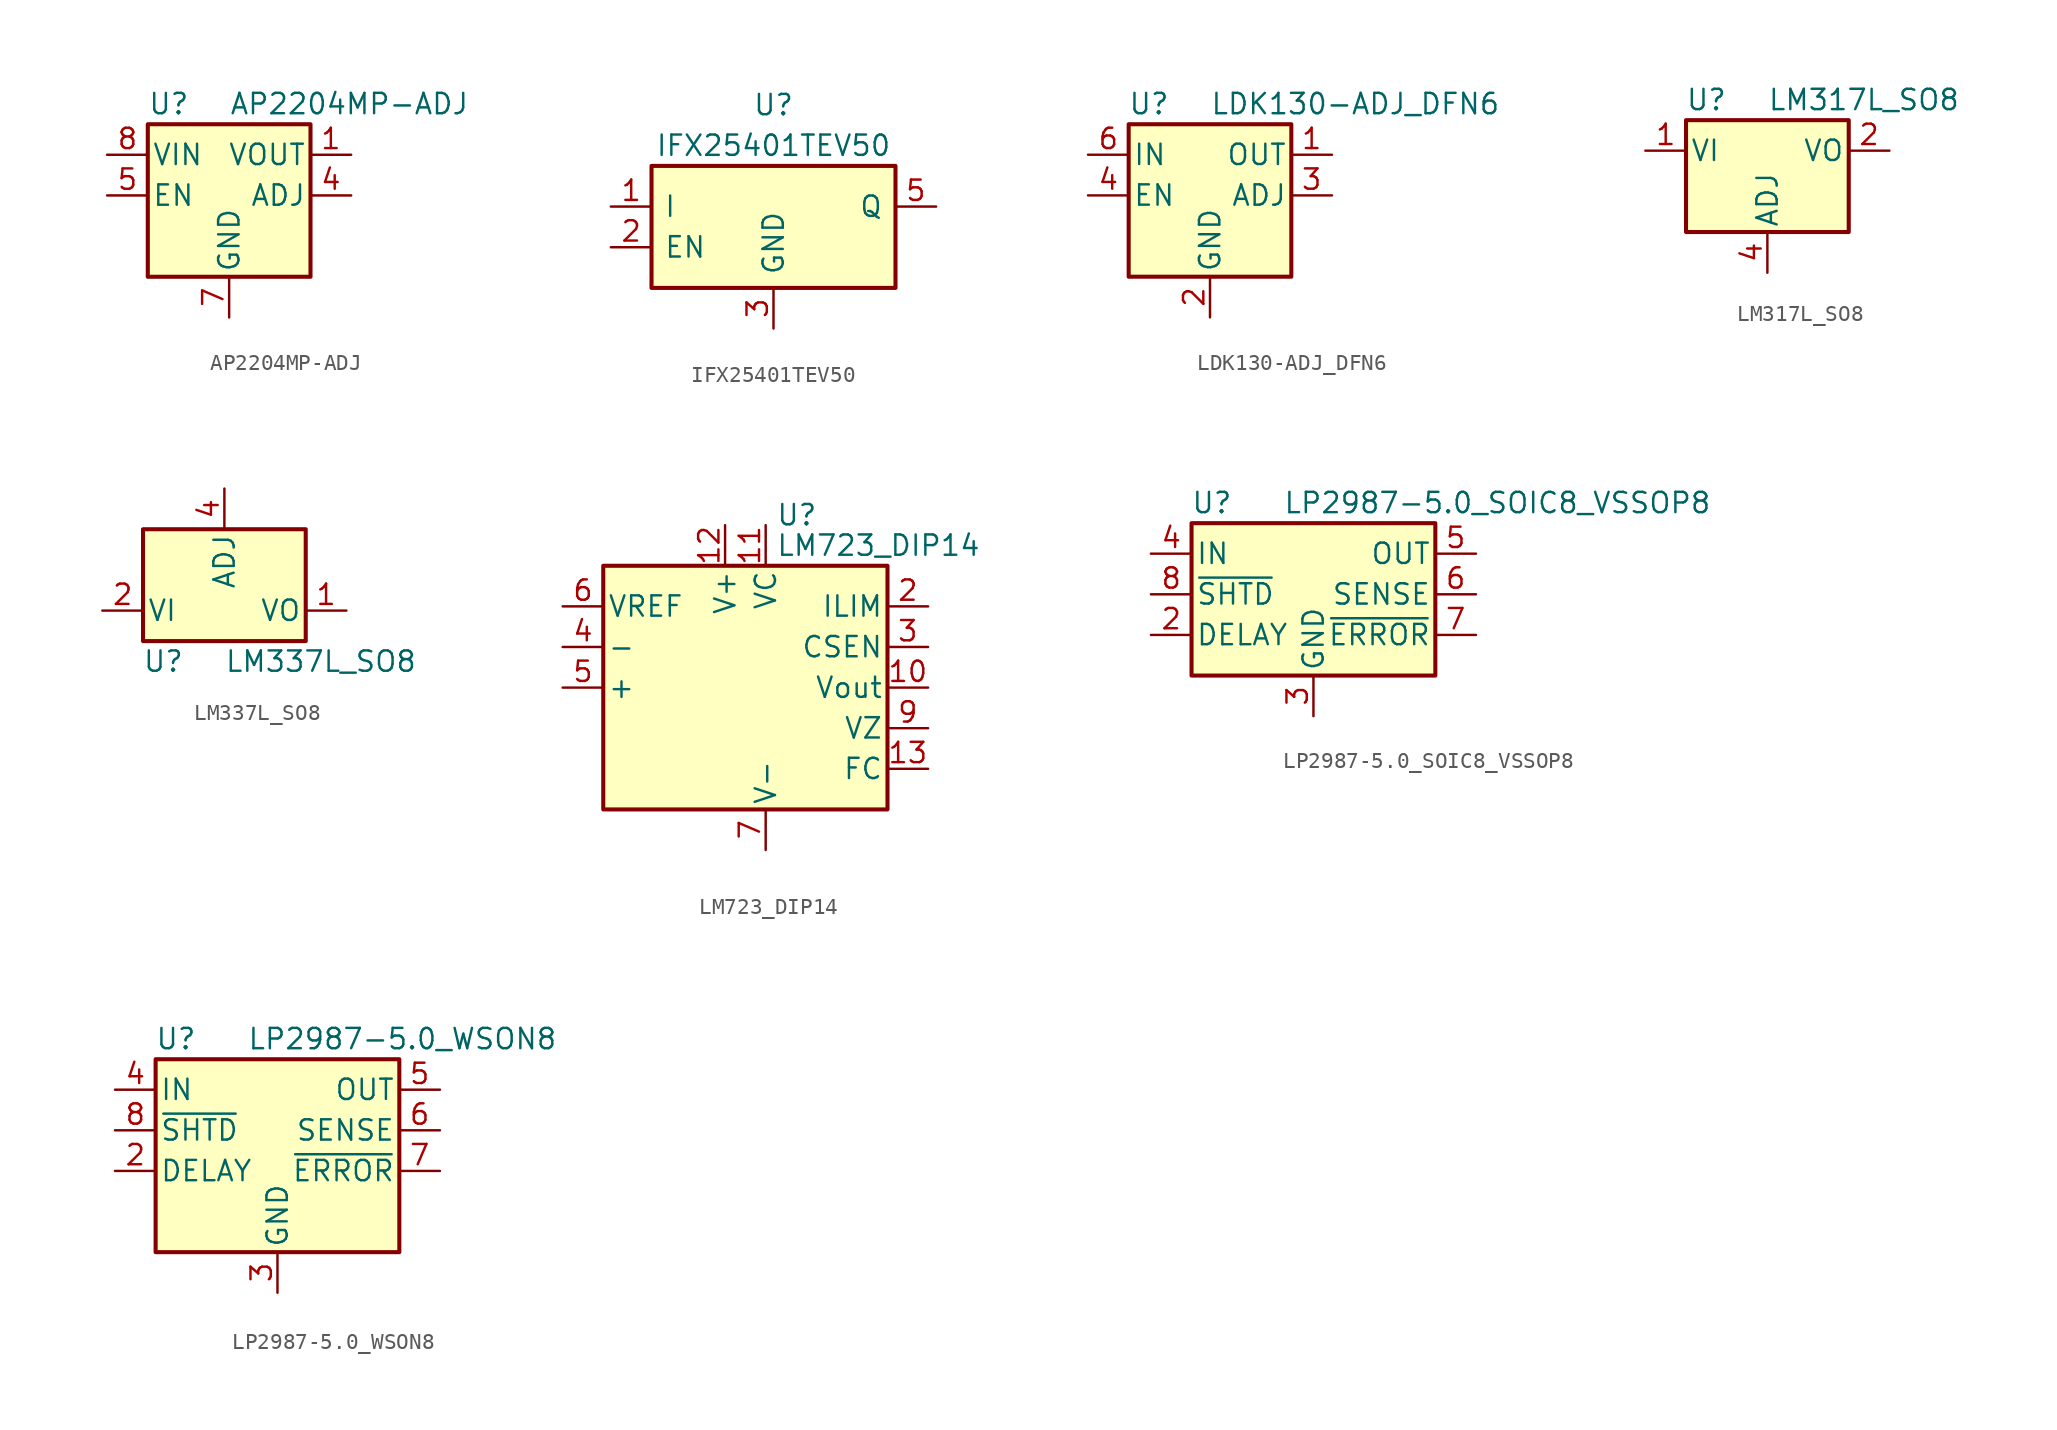
<source format=kicad_sym>
(kicad_symbol_lib
  (version 20211014)
  (generator kicad_symbol_editor)
  (symbol "AP2204MP-ADJ"
    (pin_names
      (offset 0.254))
    (property "Reference" "U"
      (at -5.08 5.715 0)
      (effects (font (size 1.27 1.27)) (justify left)))
    (property "Value" "AP2204MP-ADJ"
      (at 0 5.715 0)
      (effects (font (size 1.27 1.27)) (justify left)))
    (symbol "AP2204MP-ADJ_0_1"
      (rectangle (start -5.08 4.445) (end 5.08 -5.08) (stroke (width 0.254) (type default) (color 0 0 0 0)) (fill (type background))))
    (symbol "AP2204MP-ADJ_1_1"
      (pin power_out line (at 7.62 2.54 180) (length 2.54) (name "VOUT" (effects (font (size 1.27 1.27)))) (number "1" (effects (font (size 1.27 1.27)))))
      (pin no_connect line (at -5.08 -2.54 0) (length 2.54) hide (name "NC" (effects (font (size 1.27 1.27)))) (number "2" (effects (font (size 1.27 1.27)))))
      (pin no_connect line (at -2.54 -5.08 90) (length 2.54) hide (name "NC" (effects (font (size 1.27 1.27)))) (number "3" (effects (font (size 1.27 1.27)))))
      (pin input line (at 7.62 0 180) (length 2.54) (name "ADJ" (effects (font (size 1.27 1.27)))) (number "4" (effects (font (size 1.27 1.27)))))
      (pin input line (at -7.62 0 0) (length 2.54) (name "EN" (effects (font (size 1.27 1.27)))) (number "5" (effects (font (size 1.27 1.27)))))
      (pin no_connect line (at 5.08 -2.54 180) (length 2.54) hide (name "NC" (effects (font (size 1.27 1.27)))) (number "6" (effects (font (size 1.27 1.27)))))
      (pin power_in line (at 0 -7.62 90) (length 2.54) (name "GND" (effects (font (size 1.27 1.27)))) (number "7" (effects (font (size 1.27 1.27)))))
      (pin power_in line (at -7.62 2.54 0) (length 2.54) (name "VIN" (effects (font (size 1.27 1.27)))) (number "8" (effects (font (size 1.27 1.27)))))
      (pin passive line (at 0 -7.62 90) (length 2.54) hide (name "GND" (effects (font (size 1.27 1.27)))) (number "9" (effects (font (size 1.27 1.27)))))))
  (symbol "IFX25401TEV50"
    (pin_names
      (offset 0.762))
    (property "Reference" "U"
      (at 0 6.35 0)
      (effects (font (size 1.27 1.27))))
    (property "Value" "IFX25401TEV50"
      (at 0 3.81 0)
      (effects (font (size 1.27 1.27))))
    (symbol "IFX25401TEV50_0_1"
      (rectangle (start -7.62 2.54) (end 7.62 -5.08) (stroke (width 0.254) (type default) (color 0 0 0 0)) (fill (type background))))
    (symbol "IFX25401TEV50_1_1"
      (pin power_in line (at -10.16 0 0) (length 2.54) (name "I" (effects (font (size 1.27 1.27)))) (number "1" (effects (font (size 1.27 1.27)))))
      (pin input line (at -10.16 -2.54 0) (length 2.54) (name "EN" (effects (font (size 1.27 1.27)))) (number "2" (effects (font (size 1.27 1.27)))))
      (pin power_in line (at 0 -7.62 90) (length 2.54) (name "GND" (effects (font (size 1.27 1.27)))) (number "3" (effects (font (size 1.27 1.27)))))
      (pin no_connect line (at 7.62 -2.54 180) (length 2.54) hide (name "NC" (effects (font (size 1.27 1.27)))) (number "4" (effects (font (size 1.27 1.27)))))
      (pin power_out line (at 10.16 0 180) (length 2.54) (name "Q" (effects (font (size 1.27 1.27)))) (number "5" (effects (font (size 1.27 1.27)))))))
  (symbol "LDK130-ADJ_DFN6"
    (pin_names
      (offset 0.254))
    (property "Reference" "U"
      (at -3.81 5.715 0)
      (effects (font (size 1.27 1.27))))
    (property "Value" "LDK130-ADJ_DFN6"
      (at 0 5.715 0)
      (effects (font (size 1.27 1.27)) (justify left)))
    (symbol "LDK130-ADJ_DFN6_0_1"
      (rectangle (start -5.08 4.445) (end 5.08 -5.08) (stroke (width 0.254) (type default) (color 0 0 0 0)) (fill (type background))))
    (symbol "LDK130-ADJ_DFN6_1_1"
      (pin power_out line (at 7.62 2.54 180) (length 2.54) (name "OUT" (effects (font (size 1.27 1.27)))) (number "1" (effects (font (size 1.27 1.27)))))
      (pin power_in line (at 0 -7.62 90) (length 2.54) (name "GND" (effects (font (size 1.27 1.27)))) (number "2" (effects (font (size 1.27 1.27)))))
      (pin input line (at 7.62 0 180) (length 2.54) (name "ADJ" (effects (font (size 1.27 1.27)))) (number "3" (effects (font (size 1.27 1.27)))))
      (pin input line (at -7.62 0 0) (length 2.54) (name "EN" (effects (font (size 1.27 1.27)))) (number "4" (effects (font (size 1.27 1.27)))))
      (pin no_connect line (at -5.08 -2.54 0) (length 2.54) hide (name "NC" (effects (font (size 1.27 1.27)))) (number "5" (effects (font (size 1.27 1.27)))))
      (pin power_in line (at -7.62 2.54 0) (length 2.54) (name "IN" (effects (font (size 1.27 1.27)))) (number "6" (effects (font (size 1.27 1.27)))))))
  (symbol "LM317L_SO8"
    (pin_names
      (offset 0.254))
    (property "Reference" "U"
      (at -3.81 3.175 0)
      (effects (font (size 1.27 1.27))))
    (property "Value" "LM317L_SO8"
      (at 0 3.175 0)
      (effects (font (size 1.27 1.27)) (justify left)))
    (symbol "LM317L_SO8_0_1"
      (rectangle (start -5.08 1.905) (end 5.08 -5.08) (stroke (width 0.254) (type default) (color 0 0 0 0)) (fill (type background))))
    (symbol "LM317L_SO8_1_1"
      (pin power_in line (at -7.62 0 0) (length 2.54) (name "VI" (effects (font (size 1.27 1.27)))) (number "1" (effects (font (size 1.27 1.27)))))
      (pin power_out line (at 7.62 0 180) (length 2.54) (name "VO" (effects (font (size 1.27 1.27)))) (number "2" (effects (font (size 1.27 1.27)))))
      (pin passive line (at 7.62 0 180) (length 2.54) hide (name "VO" (effects (font (size 1.27 1.27)))) (number "3" (effects (font (size 1.27 1.27)))))
      (pin input line (at 0 -7.62 90) (length 2.54) (name "ADJ" (effects (font (size 1.27 1.27)))) (number "4" (effects (font (size 1.27 1.27)))))
      (pin no_connect line (at -5.08 -2.54 0) (length 2.54) hide (name "NC" (effects (font (size 1.27 1.27)))) (number "5" (effects (font (size 1.27 1.27)))))
      (pin passive line (at 7.62 0 180) (length 2.54) hide (name "VO" (effects (font (size 1.27 1.27)))) (number "6" (effects (font (size 1.27 1.27)))))
      (pin passive line (at 7.62 0 180) (length 2.54) hide (name "VO" (effects (font (size 1.27 1.27)))) (number "7" (effects (font (size 1.27 1.27)))))
      (pin no_connect line (at 5.08 -2.54 180) (length 2.54) hide (name "NC" (effects (font (size 1.27 1.27)))) (number "8" (effects (font (size 1.27 1.27)))))))
  (symbol "LM337L_SO8"
    (pin_names
      (offset 0.254))
    (property "Reference" "U"
      (at -3.81 -3.175 0)
      (effects (font (size 1.27 1.27))))
    (property "Value" "LM337L_SO8"
      (at 0 -3.175 0)
      (effects (font (size 1.27 1.27)) (justify left)))
    (symbol "LM337L_SO8_0_1"
      (rectangle (start -5.08 5.08) (end 5.08 -1.905) (stroke (width 0.254) (type default) (color 0 0 0 0)) (fill (type background))))
    (symbol "LM337L_SO8_1_1"
      (pin power_out line (at 7.62 0 180) (length 2.54) (name "VO" (effects (font (size 1.27 1.27)))) (number "1" (effects (font (size 1.27 1.27)))))
      (pin power_in line (at -7.62 0 0) (length 2.54) (name "VI" (effects (font (size 1.27 1.27)))) (number "2" (effects (font (size 1.27 1.27)))))
      (pin passive line (at -7.62 0 0) (length 2.54) hide (name "VI" (effects (font (size 1.27 1.27)))) (number "3" (effects (font (size 1.27 1.27)))))
      (pin input line (at 0 7.62 270) (length 2.54) (name "ADJ" (effects (font (size 1.27 1.27)))) (number "4" (effects (font (size 1.27 1.27)))))
      (pin no_connect line (at -5.08 2.54 0) (length 2.54) hide (name "NC" (effects (font (size 1.27 1.27)))) (number "5" (effects (font (size 1.27 1.27)))))
      (pin passive line (at -7.62 0 0) (length 2.54) hide (name "VI" (effects (font (size 1.27 1.27)))) (number "6" (effects (font (size 1.27 1.27)))))
      (pin passive line (at -7.62 0 0) (length 2.54) hide (name "VI" (effects (font (size 1.27 1.27)))) (number "7" (effects (font (size 1.27 1.27)))))
      (pin no_connect line (at 5.08 2.54 180) (length 2.54) hide (name "NC" (effects (font (size 1.27 1.27)))) (number "8" (effects (font (size 1.27 1.27)))))))
  (symbol "LM723_DIP14"
    (pin_names
      (offset 0.254))
    (property "Reference" "U"
      (at 0.635 10.795 0)
      (effects (font (size 1.27 1.27)) (justify left)))
    (property "Value" "LM723_DIP14"
      (at 0.635 8.89 0)
      (effects (font (size 1.27 1.27)) (justify left)))
    (symbol "LM723_DIP14_0_1"
      (rectangle (start -10.16 -7.62) (end 7.62 7.62) (stroke (width 0.254) (type default) (color 0 0 0 0)) (fill (type background))))
    (symbol "LM723_DIP14_1_1"
      (pin no_connect line (at -10.16 -5.08 0) (length 2.54) hide (name "NC" (effects (font (size 1.27 1.27)))) (number "1" (effects (font (size 1.27 1.27)))))
      (pin power_out line (at 10.16 0 180) (length 2.54) (name "Vout" (effects (font (size 1.27 1.27)))) (number "10" (effects (font (size 1.27 1.27)))))
      (pin power_in line (at 0 10.16 270) (length 2.54) (name "VC" (effects (font (size 1.27 1.27)))) (number "11" (effects (font (size 1.27 1.27)))))
      (pin power_in line (at -2.54 10.16 270) (length 2.54) (name "V+" (effects (font (size 1.27 1.27)))) (number "12" (effects (font (size 1.27 1.27)))))
      (pin input line (at 10.16 -5.08 180) (length 2.54) (name "FC" (effects (font (size 1.27 1.27)))) (number "13" (effects (font (size 1.27 1.27)))))
      (pin no_connect line (at -2.54 -7.62 90) (length 2.54) hide (name "NC" (effects (font (size 1.27 1.27)))) (number "14" (effects (font (size 1.27 1.27)))))
      (pin input line (at 10.16 5.08 180) (length 2.54) (name "ILIM" (effects (font (size 1.27 1.27)))) (number "2" (effects (font (size 1.27 1.27)))))
      (pin input line (at 10.16 2.54 180) (length 2.54) (name "CSEN" (effects (font (size 1.27 1.27)))) (number "3" (effects (font (size 1.27 1.27)))))
      (pin input line (at -12.7 2.54 0) (length 2.54) (name "-" (effects (font (size 1.27 1.27)))) (number "4" (effects (font (size 1.27 1.27)))))
      (pin input line (at -12.7 0 0) (length 2.54) (name "+" (effects (font (size 1.27 1.27)))) (number "5" (effects (font (size 1.27 1.27)))))
      (pin power_out line (at -12.7 5.08 0) (length 2.54) (name "VREF" (effects (font (size 1.27 1.27)))) (number "6" (effects (font (size 1.27 1.27)))))
      (pin power_in line (at 0 -10.16 90) (length 2.54) (name "V-" (effects (font (size 1.27 1.27)))) (number "7" (effects (font (size 1.27 1.27)))))
      (pin no_connect line (at -10.16 -2.54 0) (length 2.54) hide (name "NC" (effects (font (size 1.27 1.27)))) (number "8" (effects (font (size 1.27 1.27)))))
      (pin input line (at 10.16 -2.54 180) (length 2.54) (name "VZ" (effects (font (size 1.27 1.27)))) (number "9" (effects (font (size 1.27 1.27)))))))
  (symbol "LP2987-5.0_SOIC8_VSSOP8"
    (pin_names
      (offset 0.254))
    (property "Reference" "U"
      (at -6.35 5.715 0)
      (effects (font (size 1.27 1.27))))
    (property "Value" "LP2987-5.0_SOIC8_VSSOP8"
      (at -1.905 5.715 0)
      (effects (font (size 1.27 1.27)) (justify left)))
    (symbol "LP2987-5.0_SOIC8_VSSOP8_0_1"
      (rectangle (start -7.62 4.445) (end 7.62 -5.08) (stroke (width 0.254) (type default) (color 0 0 0 0)) (fill (type background))))
    (symbol "LP2987-5.0_SOIC8_VSSOP8_1_1"
      (pin no_connect line (at -2.54 -5.08 90) (length 2.54) hide (name "NC" (effects (font (size 1.27 1.27)))) (number "1" (effects (font (size 1.27 1.27)))))
      (pin passive line (at -10.16 -2.54 0) (length 2.54) (name "DELAY" (effects (font (size 1.27 1.27)))) (number "2" (effects (font (size 1.27 1.27)))))
      (pin power_in line (at 0 -7.62 90) (length 2.54) (name "GND" (effects (font (size 1.27 1.27)))) (number "3" (effects (font (size 1.27 1.27)))))
      (pin power_in line (at -10.16 2.54 0) (length 2.54) (name "IN" (effects (font (size 1.27 1.27)))) (number "4" (effects (font (size 1.27 1.27)))))
      (pin power_out line (at 10.16 2.54 180) (length 2.54) (name "OUT" (effects (font (size 1.27 1.27)))) (number "5" (effects (font (size 1.27 1.27)))))
      (pin input line (at 10.16 0 180) (length 2.54) (name "SENSE" (effects (font (size 1.27 1.27)))) (number "6" (effects (font (size 1.27 1.27)))))
      (pin output line (at 10.16 -2.54 180) (length 2.54) (name "~{ERROR}" (effects (font (size 1.27 1.27)))) (number "7" (effects (font (size 1.27 1.27)))))
      (pin input line (at -10.16 0 0) (length 2.54) (name "~{SHTD}" (effects (font (size 1.27 1.27)))) (number "8" (effects (font (size 1.27 1.27)))))))
  (symbol "LP2987-5.0_WSON8"
    (pin_names
      (offset 0.254))
    (property "Reference" "U"
      (at -6.35 5.715 0)
      (effects (font (size 1.27 1.27))))
    (property "Value" "LP2987-5.0_WSON8"
      (at -1.905 5.715 0)
      (effects (font (size 1.27 1.27)) (justify left)))
    (symbol "LP2987-5.0_WSON8_0_1"
      (rectangle (start -7.62 4.445) (end 7.62 -7.62) (stroke (width 0.254) (type default) (color 0 0 0 0)) (fill (type background))))
    (symbol "LP2987-5.0_WSON8_1_1"
      (pin no_connect line (at 2.54 -7.62 90) (length 2.54) hide (name "NC" (effects (font (size 1.27 1.27)))) (number "1" (effects (font (size 1.27 1.27)))))
      (pin passive line (at -10.16 -2.54 0) (length 2.54) (name "DELAY" (effects (font (size 1.27 1.27)))) (number "2" (effects (font (size 1.27 1.27)))))
      (pin power_in line (at 0 -10.16 90) (length 2.54) (name "GND" (effects (font (size 1.27 1.27)))) (number "3" (effects (font (size 1.27 1.27)))))
      (pin power_in line (at -10.16 2.54 0) (length 2.54) (name "IN" (effects (font (size 1.27 1.27)))) (number "4" (effects (font (size 1.27 1.27)))))
      (pin power_out line (at 10.16 2.54 180) (length 2.54) (name "OUT" (effects (font (size 1.27 1.27)))) (number "5" (effects (font (size 1.27 1.27)))))
      (pin input line (at 10.16 0 180) (length 2.54) (name "SENSE" (effects (font (size 1.27 1.27)))) (number "6" (effects (font (size 1.27 1.27)))))
      (pin output line (at 10.16 -2.54 180) (length 2.54) (name "~{ERROR}" (effects (font (size 1.27 1.27)))) (number "7" (effects (font (size 1.27 1.27)))))
      (pin input line (at -10.16 0 0) (length 2.54) (name "~{SHTD}" (effects (font (size 1.27 1.27)))) (number "8" (effects (font (size 1.27 1.27)))))
      (pin passive line (at 0 -10.16 90) (length 2.54) hide (name "GND" (effects (font (size 1.27 1.27)))) (number "9" (effects (font (size 1.27 1.27))))))))
</source>
